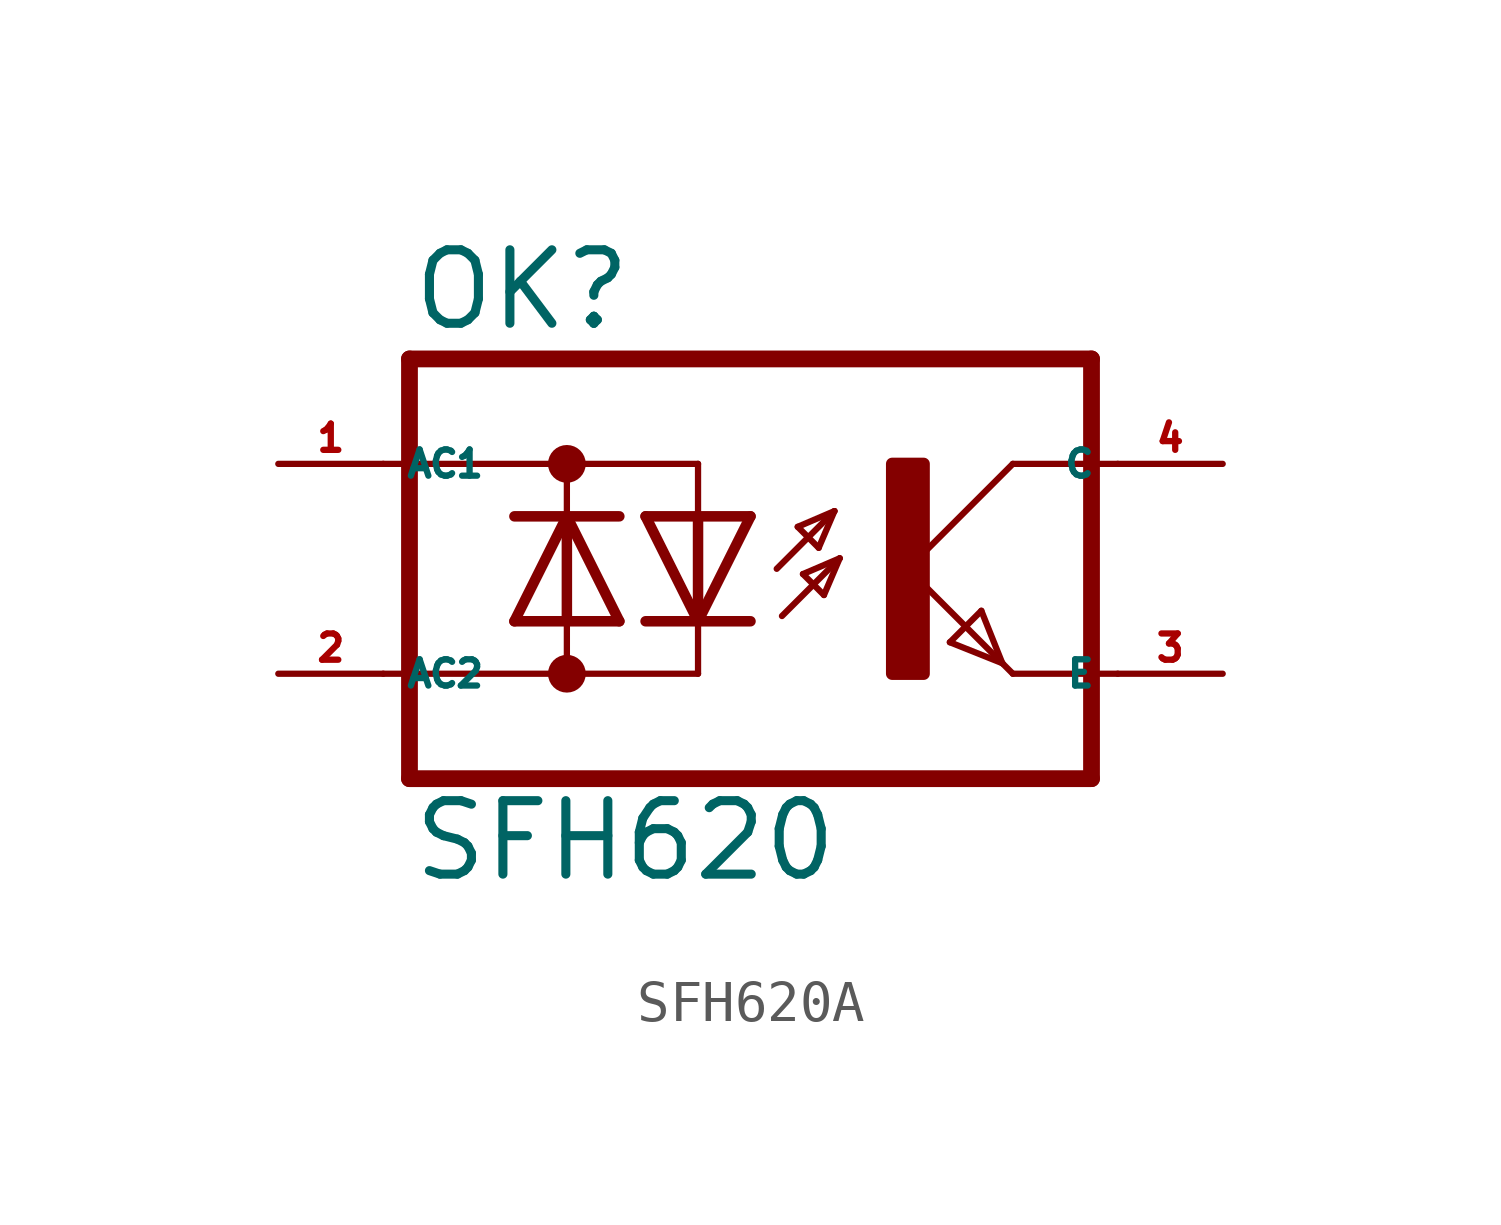
<source format=kicad_sym>
(kicad_symbol_lib
  (version 20220914)
  (generator kicad_symbol_editor)
  (symbol "SFH620A"
    (property "Reference" "OK"
      (at -6.985 5.715 0)
      (effects (font (size 1.778 1.778) (thickness 0.22)) (justify left bottom)))
    (property "Value" "SFH620"
      (at -6.985 -7.62 0)
      (effects (font (size 1.778 1.778) (thickness 0.22)) (justify left bottom)))
    (symbol "SFH620A_1_1"
      (circle (center -3.175 -2.54) (radius 0.254) (stroke (width 0.406) (type default)) (fill (type none)))
      (circle (center -3.175 2.54) (radius 0.254) (stroke (width 0.406) (type default)) (fill (type none)))
      (polyline (pts (xy -6.985 -5.08) (xy 9.525 -5.08)) (stroke (width 0.406) (type default)) (fill (type none)))
      (polyline (pts (xy -6.985 5.08) (xy -6.985 -5.08)) (stroke (width 0.406) (type default)) (fill (type none)))
      (polyline (pts (xy -6.985 5.08) (xy 9.525 5.08)) (stroke (width 0.406) (type default)) (fill (type none)))
      (polyline (pts (xy -4.445 -1.27) (xy -3.175 -1.27)) (stroke (width 0.254) (type default)) (fill (type none)))
      (polyline (pts (xy -4.445 -1.27) (xy -3.175 1.27)) (stroke (width 0.254) (type default)) (fill (type none)))
      (polyline (pts (xy -4.445 1.27) (xy -3.175 1.27)) (stroke (width 0.254) (type default)) (fill (type none)))
      (polyline (pts (xy -3.175 -2.54) (xy -7.62 -2.54)) (stroke (width 0.152) (type default)) (fill (type none)))
      (polyline (pts (xy -3.175 -2.54) (xy -3.175 -1.27)) (stroke (width 0.152) (type default)) (fill (type none)))
      (polyline (pts (xy -3.175 -2.54) (xy 0 -2.54)) (stroke (width 0.152) (type default)) (fill (type none)))
      (polyline (pts (xy -3.175 -1.27) (xy -3.175 1.27)) (stroke (width 0.254) (type default)) (fill (type none)))
      (polyline (pts (xy -3.175 -1.27) (xy -1.905 -1.27)) (stroke (width 0.254) (type default)) (fill (type none)))
      (polyline (pts (xy -3.175 1.27) (xy -1.905 -1.27)) (stroke (width 0.254) (type default)) (fill (type none)))
      (polyline (pts (xy -3.175 1.27) (xy -1.905 1.27)) (stroke (width 0.254) (type default)) (fill (type none)))
      (polyline (pts (xy -3.175 2.54) (xy -7.62 2.54)) (stroke (width 0.152) (type default)) (fill (type none)))
      (polyline (pts (xy -3.175 2.54) (xy -3.175 1.27)) (stroke (width 0.152) (type default)) (fill (type none)))
      (polyline (pts (xy -3.175 2.54) (xy 0 2.54)) (stroke (width 0.152) (type default)) (fill (type none)))
      (polyline (pts (xy 0 -2.54) (xy 0 -1.27)) (stroke (width 0.152) (type default)) (fill (type none)))
      (polyline (pts (xy 0 -1.27) (xy -1.27 -1.27)) (stroke (width 0.254) (type default)) (fill (type none)))
      (polyline (pts (xy 0 -1.27) (xy -1.27 1.27)) (stroke (width 0.254) (type default)) (fill (type none)))
      (polyline (pts (xy 0 1.27) (xy -1.27 1.27)) (stroke (width 0.254) (type default)) (fill (type none)))
      (polyline (pts (xy 0 1.27) (xy 0 -1.27)) (stroke (width 0.254) (type default)) (fill (type none)))
      (polyline (pts (xy 0 2.54) (xy 0 1.27)) (stroke (width 0.152) (type default)) (fill (type none)))
      (polyline (pts (xy 1.27 -1.27) (xy 0 -1.27)) (stroke (width 0.254) (type default)) (fill (type none)))
      (polyline (pts (xy 1.27 1.27) (xy 0 -1.27)) (stroke (width 0.254) (type default)) (fill (type none)))
      (polyline (pts (xy 1.27 1.27) (xy 0 1.27)) (stroke (width 0.254) (type default)) (fill (type none)))
      (polyline (pts (xy 1.905 0) (xy 3.302 1.397)) (stroke (width 0.152) (type default)) (fill (type none)))
      (polyline (pts (xy 2.032 -1.143) (xy 3.429 0.254)) (stroke (width 0.152) (type default)) (fill (type none)))
      (polyline (pts (xy 2.413 1.016) (xy 2.921 0.508)) (stroke (width 0.152) (type default)) (fill (type none)))
      (polyline (pts (xy 2.54 -0.127) (xy 3.048 -0.635)) (stroke (width 0.152) (type default)) (fill (type none)))
      (polyline (pts (xy 2.921 0.508) (xy 3.302 1.397)) (stroke (width 0.152) (type default)) (fill (type none)))
      (polyline (pts (xy 3.048 -0.635) (xy 3.429 0.254)) (stroke (width 0.152) (type default)) (fill (type none)))
      (polyline (pts (xy 3.302 1.397) (xy 2.413 1.016)) (stroke (width 0.152) (type default)) (fill (type none)))
      (polyline (pts (xy 3.429 0.254) (xy 2.54 -0.127)) (stroke (width 0.152) (type default)) (fill (type none)))
      (polyline (pts (xy 5.08 0) (xy 7.366 -2.286)) (stroke (width 0.152) (type default)) (fill (type none)))
      (polyline (pts (xy 6.096 -1.778) (xy 6.858 -1.016)) (stroke (width 0.152) (type default)) (fill (type none)))
      (polyline (pts (xy 6.858 -1.016) (xy 7.366 -2.286)) (stroke (width 0.152) (type default)) (fill (type none)))
      (polyline (pts (xy 7.366 -2.286) (xy 6.096 -1.778)) (stroke (width 0.152) (type default)) (fill (type none)))
      (polyline (pts (xy 7.366 -2.286) (xy 7.62 -2.54)) (stroke (width 0.152) (type default)) (fill (type none)))
      (polyline (pts (xy 7.62 -2.54) (xy 10.16 -2.54)) (stroke (width 0.152) (type default)) (fill (type none)))
      (polyline (pts (xy 7.62 2.54) (xy 5.08 0)) (stroke (width 0.152) (type default)) (fill (type none)))
      (polyline (pts (xy 7.62 2.54) (xy 10.16 2.54)) (stroke (width 0.152) (type default)) (fill (type none)))
      (polyline (pts (xy 9.525 5.08) (xy 9.525 -5.08)) (stroke (width 0.406) (type default)) (fill (type none)))
      (rectangle (start 4.699 -2.54) (end 5.461 2.54) (stroke (width 0.3) (type default)) (fill (type outline)))
      (pin passive line (at -10.16 2.54 0) (length 2.54) (name "AC1" (effects (font (size 0.635 0.635)))) (number "1" (effects (font (size 0.635 0.635)))))
      (pin passive line (at -10.16 -2.54 0) (length 2.54) (name "AC2" (effects (font (size 0.635 0.635)))) (number "2" (effects (font (size 0.635 0.635)))))
      (pin passive line (at 12.7 -2.54 180) (length 2.54) (name "E" (effects (font (size 0.635 0.635)))) (number "3" (effects (font (size 0.635 0.635)))))
      (pin passive line (at 12.7 2.54 180) (length 2.54) (name "C" (effects (font (size 0.635 0.635)))) (number "4" (effects (font (size 0.635 0.635))))))))
</source>
